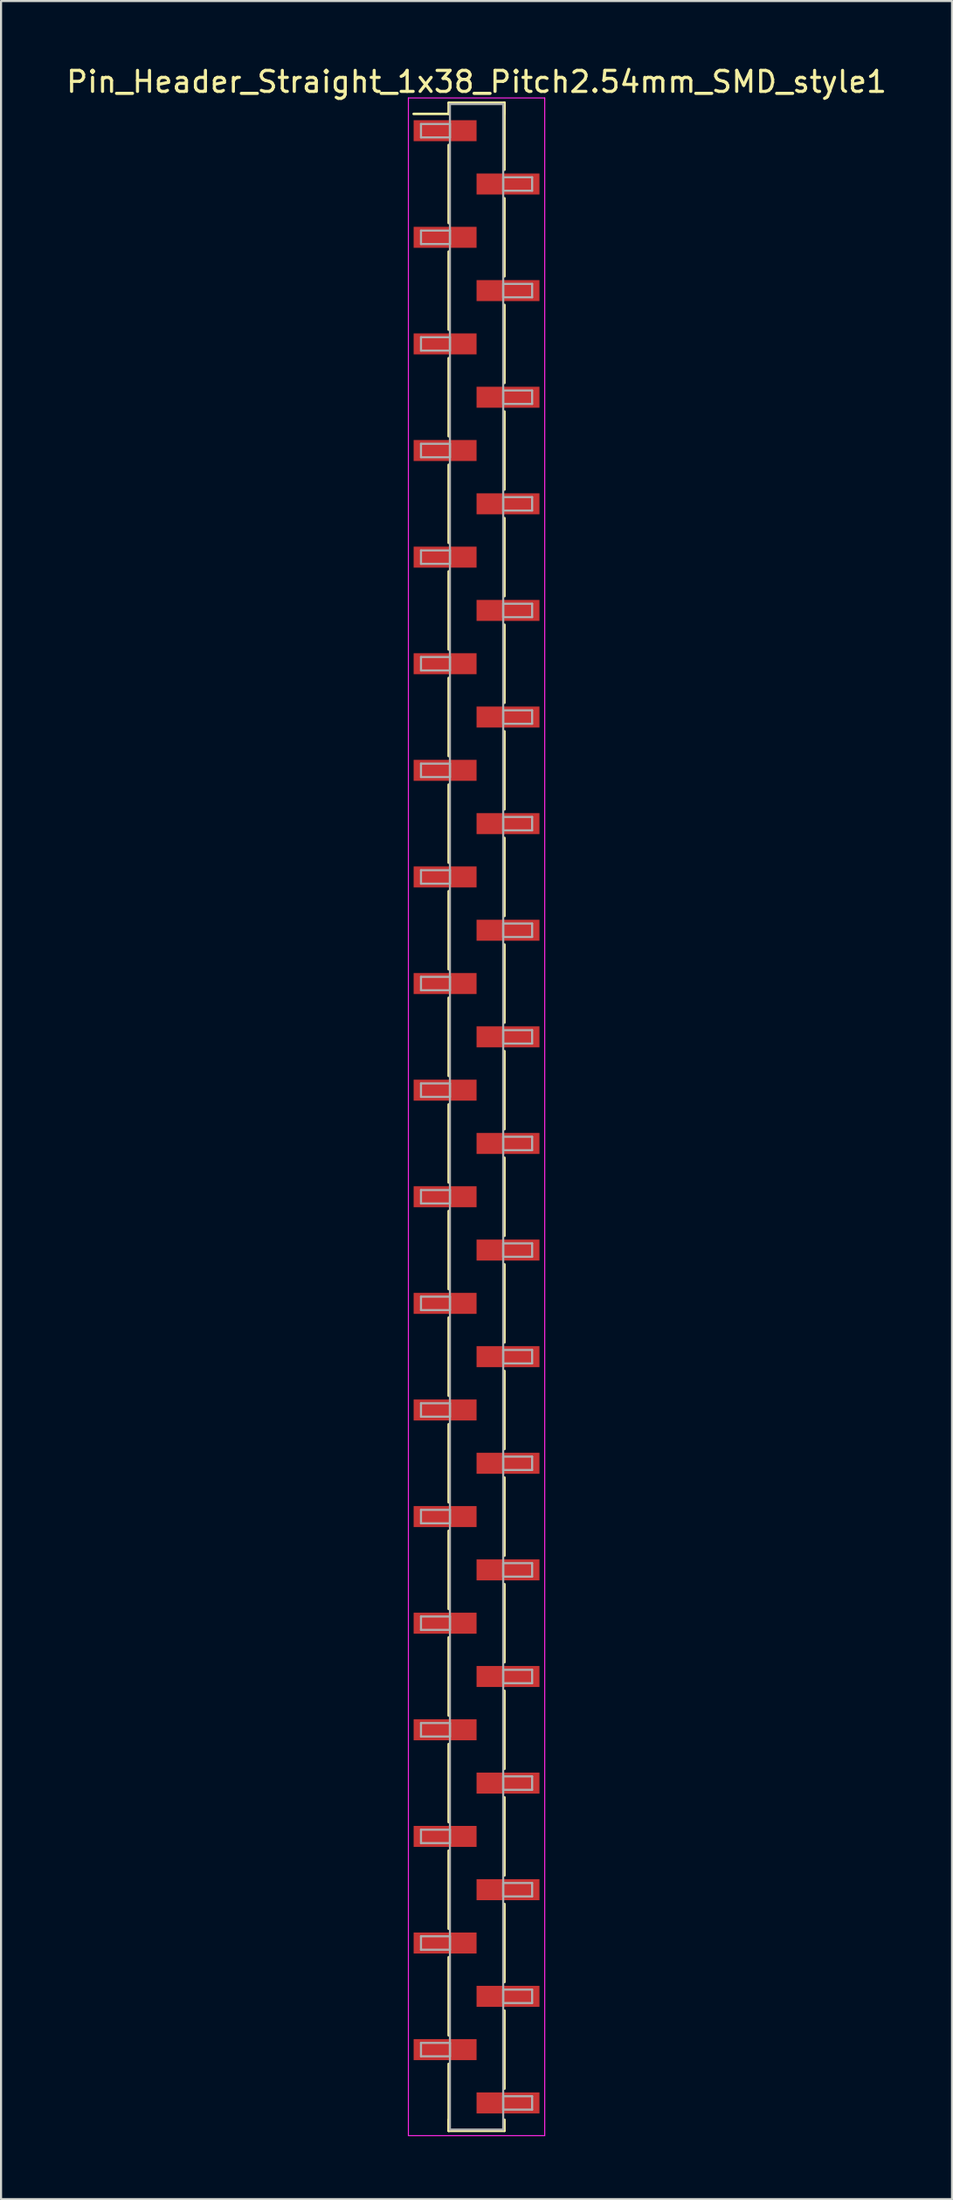
<source format=kicad_pcb>
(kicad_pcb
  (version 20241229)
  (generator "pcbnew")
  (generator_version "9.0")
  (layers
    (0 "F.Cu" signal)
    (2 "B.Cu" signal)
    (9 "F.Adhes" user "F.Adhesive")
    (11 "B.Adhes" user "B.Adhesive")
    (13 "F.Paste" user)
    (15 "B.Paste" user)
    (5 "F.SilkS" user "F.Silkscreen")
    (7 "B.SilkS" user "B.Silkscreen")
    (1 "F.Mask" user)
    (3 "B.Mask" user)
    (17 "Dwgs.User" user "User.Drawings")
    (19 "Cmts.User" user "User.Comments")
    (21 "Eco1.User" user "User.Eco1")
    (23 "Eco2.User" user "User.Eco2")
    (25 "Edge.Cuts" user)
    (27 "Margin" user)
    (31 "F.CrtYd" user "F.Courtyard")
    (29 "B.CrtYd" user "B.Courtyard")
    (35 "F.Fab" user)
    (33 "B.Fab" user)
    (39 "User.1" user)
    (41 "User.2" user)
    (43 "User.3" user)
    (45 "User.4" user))
  (footprint "Pin_Header_Straight_1x38_Pitch2.54mm_SMD_style1"
    (layer "F.Cu")
    (at 19.673 50.168)
    (property "Reference" "Pin_Header_Straight_1x38_Pitch2.54mm_SMD_style1" (at 0 -49.32 0) (layer "F.SilkS") (effects (font (size 1 1) (thickness 0.15))))
    (attr smd)
    (fp_line (start -1.33 -48.32) (end 1.33 -48.32) (stroke (width 0.12) (type solid)) (layer "F.SilkS"))
    (fp_line (start -1.33 -47.79) (end -3 -47.79) (stroke (width 0.12) (type solid)) (layer "F.SilkS"))
    (fp_line (start -1.33 -47.79) (end -1.33 -48.32) (stroke (width 0.12) (type solid)) (layer "F.SilkS"))
    (fp_line (start -1.33 -46.31) (end -1.33 -42.59) (stroke (width 0.12) (type solid)) (layer "F.SilkS"))
    (fp_line (start -1.33 -41.23) (end -1.33 -37.51) (stroke (width 0.12) (type solid)) (layer "F.SilkS"))
    (fp_line (start -1.33 -36.15) (end -1.33 -32.43) (stroke (width 0.12) (type solid)) (layer "F.SilkS"))
    (fp_line (start -1.33 -31.07) (end -1.33 -27.35) (stroke (width 0.12) (type solid)) (layer "F.SilkS"))
    (fp_line (start -1.33 -25.99) (end -1.33 -22.27) (stroke (width 0.12) (type solid)) (layer "F.SilkS"))
    (fp_line (start -1.33 -20.91) (end -1.33 -17.19) (stroke (width 0.12) (type solid)) (layer "F.SilkS"))
    (fp_line (start -1.33 -15.83) (end -1.33 -12.11) (stroke (width 0.12) (type solid)) (layer "F.SilkS"))
    (fp_line (start -1.33 -10.75) (end -1.33 -7.03) (stroke (width 0.12) (type solid)) (layer "F.SilkS"))
    (fp_line (start -1.33 -5.67) (end -1.33 -1.95) (stroke (width 0.12) (type solid)) (layer "F.SilkS"))
    (fp_line (start -1.33 -0.59) (end -1.33 3.13) (stroke (width 0.12) (type solid)) (layer "F.SilkS"))
    (fp_line (start -1.33 4.49) (end -1.33 8.21) (stroke (width 0.12) (type solid)) (layer "F.SilkS"))
    (fp_line (start -1.33 9.57) (end -1.33 13.29) (stroke (width 0.12) (type solid)) (layer "F.SilkS"))
    (fp_line (start -1.33 14.65) (end -1.33 18.37) (stroke (width 0.12) (type solid)) (layer "F.SilkS"))
    (fp_line (start -1.33 19.73) (end -1.33 23.45) (stroke (width 0.12) (type solid)) (layer "F.SilkS"))
    (fp_line (start -1.33 24.81) (end -1.33 28.53) (stroke (width 0.12) (type solid)) (layer "F.SilkS"))
    (fp_line (start -1.33 29.89) (end -1.33 33.61) (stroke (width 0.12) (type solid)) (layer "F.SilkS"))
    (fp_line (start -1.33 34.97) (end -1.33 38.69) (stroke (width 0.12) (type solid)) (layer "F.SilkS"))
    (fp_line (start -1.33 40.05) (end -1.33 43.77) (stroke (width 0.12) (type solid)) (layer "F.SilkS"))
    (fp_line (start -1.33 45.13) (end -1.33 48.32) (stroke (width 0.12) (type solid)) (layer "F.SilkS"))
    (fp_line (start -1.33 47.79) (end -1.33 48.32) (stroke (width 0.12) (type solid)) (layer "F.SilkS"))
    (fp_line (start -1.33 48.32) (end 1.33 48.32) (stroke (width 0.12) (type solid)) (layer "F.SilkS"))
    (fp_line (start 1.33 -48.32) (end 1.33 -47.79) (stroke (width 0.12) (type solid)) (layer "F.SilkS"))
    (fp_line (start 1.33 -48.32) (end 1.33 -45.13) (stroke (width 0.12) (type solid)) (layer "F.SilkS"))
    (fp_line (start 1.33 -43.77) (end 1.33 -40.05) (stroke (width 0.12) (type solid)) (layer "F.SilkS"))
    (fp_line (start 1.33 -38.69) (end 1.33 -34.97) (stroke (width 0.12) (type solid)) (layer "F.SilkS"))
    (fp_line (start 1.33 -33.61) (end 1.33 -29.89) (stroke (width 0.12) (type solid)) (layer "F.SilkS"))
    (fp_line (start 1.33 -28.53) (end 1.33 -24.81) (stroke (width 0.12) (type solid)) (layer "F.SilkS"))
    (fp_line (start 1.33 -23.45) (end 1.33 -19.73) (stroke (width 0.12) (type solid)) (layer "F.SilkS"))
    (fp_line (start 1.33 -18.37) (end 1.33 -14.65) (stroke (width 0.12) (type solid)) (layer "F.SilkS"))
    (fp_line (start 1.33 -13.29) (end 1.33 -9.57) (stroke (width 0.12) (type solid)) (layer "F.SilkS"))
    (fp_line (start 1.33 -8.21) (end 1.33 -4.49) (stroke (width 0.12) (type solid)) (layer "F.SilkS"))
    (fp_line (start 1.33 -3.13) (end 1.33 0.59) (stroke (width 0.12) (type solid)) (layer "F.SilkS"))
    (fp_line (start 1.33 1.95) (end 1.33 5.67) (stroke (width 0.12) (type solid)) (layer "F.SilkS"))
    (fp_line (start 1.33 7.03) (end 1.33 10.75) (stroke (width 0.12) (type solid)) (layer "F.SilkS"))
    (fp_line (start 1.33 12.11) (end 1.33 15.83) (stroke (width 0.12) (type solid)) (layer "F.SilkS"))
    (fp_line (start 1.33 17.19) (end 1.33 20.91) (stroke (width 0.12) (type solid)) (layer "F.SilkS"))
    (fp_line (start 1.33 22.27) (end 1.33 25.99) (stroke (width 0.12) (type solid)) (layer "F.SilkS"))
    (fp_line (start 1.33 27.35) (end 1.33 31.07) (stroke (width 0.12) (type solid)) (layer "F.SilkS"))
    (fp_line (start 1.33 32.43) (end 1.33 36.15) (stroke (width 0.12) (type solid)) (layer "F.SilkS"))
    (fp_line (start 1.33 37.51) (end 1.33 41.23) (stroke (width 0.12) (type solid)) (layer "F.SilkS"))
    (fp_line (start 1.33 42.59) (end 1.33 46.31) (stroke (width 0.12) (type solid)) (layer "F.SilkS"))
    (fp_line (start 1.33 48.32) (end 1.33 47.79) (stroke (width 0.12) (type solid)) (layer "F.SilkS"))
    (fp_line (start -3.25 -48.55) (end -3.25 48.55) (stroke (width 0.05) (type solid)) (layer "F.CrtYd"))
    (fp_line (start -3.25 48.55) (end 3.25 48.55) (stroke (width 0.05) (type solid)) (layer "F.CrtYd"))
    (fp_line (start 3.25 -48.55) (end -3.25 -48.55) (stroke (width 0.05) (type solid)) (layer "F.CrtYd"))
    (fp_line (start 3.25 48.55) (end 3.25 -48.55) (stroke (width 0.05) (type solid)) (layer "F.CrtYd"))
    (fp_line (start -2.65 -47.31) (end -1.27 -47.31) (stroke (width 0.1) (type solid)) (layer "F.Fab"))
    (fp_line (start -2.65 -46.67) (end -2.65 -47.31) (stroke (width 0.1) (type solid)) (layer "F.Fab"))
    (fp_line (start -2.65 -42.23) (end -1.27 -42.23) (stroke (width 0.1) (type solid)) (layer "F.Fab"))
    (fp_line (start -2.65 -41.59) (end -2.65 -42.23) (stroke (width 0.1) (type solid)) (layer "F.Fab"))
    (fp_line (start -2.65 -37.15) (end -1.27 -37.15) (stroke (width 0.1) (type solid)) (layer "F.Fab"))
    (fp_line (start -2.65 -36.51) (end -2.65 -37.15) (stroke (width 0.1) (type solid)) (layer "F.Fab"))
    (fp_line (start -2.65 -32.07) (end -1.27 -32.07) (stroke (width 0.1) (type solid)) (layer "F.Fab"))
    (fp_line (start -2.65 -31.43) (end -2.65 -32.07) (stroke (width 0.1) (type solid)) (layer "F.Fab"))
    (fp_line (start -2.65 -26.99) (end -1.27 -26.99) (stroke (width 0.1) (type solid)) (layer "F.Fab"))
    (fp_line (start -2.65 -26.35) (end -2.65 -26.99) (stroke (width 0.1) (type solid)) (layer "F.Fab"))
    (fp_line (start -2.65 -21.91) (end -1.27 -21.91) (stroke (width 0.1) (type solid)) (layer "F.Fab"))
    (fp_line (start -2.65 -21.27) (end -2.65 -21.91) (stroke (width 0.1) (type solid)) (layer "F.Fab"))
    (fp_line (start -2.65 -16.83) (end -1.27 -16.83) (stroke (width 0.1) (type solid)) (layer "F.Fab"))
    (fp_line (start -2.65 -16.19) (end -2.65 -16.83) (stroke (width 0.1) (type solid)) (layer "F.Fab"))
    (fp_line (start -2.65 -11.75) (end -1.27 -11.75) (stroke (width 0.1) (type solid)) (layer "F.Fab"))
    (fp_line (start -2.65 -11.11) (end -2.65 -11.75) (stroke (width 0.1) (type solid)) (layer "F.Fab"))
    (fp_line (start -2.65 -6.67) (end -1.27 -6.67) (stroke (width 0.1) (type solid)) (layer "F.Fab"))
    (fp_line (start -2.65 -6.03) (end -2.65 -6.67) (stroke (width 0.1) (type solid)) (layer "F.Fab"))
    (fp_line (start -2.65 -1.59) (end -1.27 -1.59) (stroke (width 0.1) (type solid)) (layer "F.Fab"))
    (fp_line (start -2.65 -0.95) (end -2.65 -1.59) (stroke (width 0.1) (type solid)) (layer "F.Fab"))
    (fp_line (start -2.65 3.49) (end -1.27 3.49) (stroke (width 0.1) (type solid)) (layer "F.Fab"))
    (fp_line (start -2.65 4.13) (end -2.65 3.49) (stroke (width 0.1) (type solid)) (layer "F.Fab"))
    (fp_line (start -2.65 8.57) (end -1.27 8.57) (stroke (width 0.1) (type solid)) (layer "F.Fab"))
    (fp_line (start -2.65 9.21) (end -2.65 8.57) (stroke (width 0.1) (type solid)) (layer "F.Fab"))
    (fp_line (start -2.65 13.65) (end -1.27 13.65) (stroke (width 0.1) (type solid)) (layer "F.Fab"))
    (fp_line (start -2.65 14.29) (end -2.65 13.65) (stroke (width 0.1) (type solid)) (layer "F.Fab"))
    (fp_line (start -2.65 18.73) (end -1.27 18.73) (stroke (width 0.1) (type solid)) (layer "F.Fab"))
    (fp_line (start -2.65 19.37) (end -2.65 18.73) (stroke (width 0.1) (type solid)) (layer "F.Fab"))
    (fp_line (start -2.65 23.81) (end -1.27 23.81) (stroke (width 0.1) (type solid)) (layer "F.Fab"))
    (fp_line (start -2.65 24.45) (end -2.65 23.81) (stroke (width 0.1) (type solid)) (layer "F.Fab"))
    (fp_line (start -2.65 28.89) (end -1.27 28.89) (stroke (width 0.1) (type solid)) (layer "F.Fab"))
    (fp_line (start -2.65 29.53) (end -2.65 28.89) (stroke (width 0.1) (type solid)) (layer "F.Fab"))
    (fp_line (start -2.65 33.97) (end -1.27 33.97) (stroke (width 0.1) (type solid)) (layer "F.Fab"))
    (fp_line (start -2.65 34.61) (end -2.65 33.97) (stroke (width 0.1) (type solid)) (layer "F.Fab"))
    (fp_line (start -2.65 39.05) (end -1.27 39.05) (stroke (width 0.1) (type solid)) (layer "F.Fab"))
    (fp_line (start -2.65 39.69) (end -2.65 39.05) (stroke (width 0.1) (type solid)) (layer "F.Fab"))
    (fp_line (start -2.65 44.13) (end -1.27 44.13) (stroke (width 0.1) (type solid)) (layer "F.Fab"))
    (fp_line (start -2.65 44.77) (end -2.65 44.13) (stroke (width 0.1) (type solid)) (layer "F.Fab"))
    (fp_line (start -1.27 -48.26) (end -1.27 48.26) (stroke (width 0.1) (type solid)) (layer "F.Fab"))
    (fp_line (start -1.27 -47.31) (end -1.27 -46.67) (stroke (width 0.1) (type solid)) (layer "F.Fab"))
    (fp_line (start -1.27 -46.67) (end -2.65 -46.67) (stroke (width 0.1) (type solid)) (layer "F.Fab"))
    (fp_line (start -1.27 -42.23) (end -1.27 -41.59) (stroke (width 0.1) (type solid)) (layer "F.Fab"))
    (fp_line (start -1.27 -41.59) (end -2.65 -41.59) (stroke (width 0.1) (type solid)) (layer "F.Fab"))
    (fp_line (start -1.27 -37.15) (end -1.27 -36.51) (stroke (width 0.1) (type solid)) (layer "F.Fab"))
    (fp_line (start -1.27 -36.51) (end -2.65 -36.51) (stroke (width 0.1) (type solid)) (layer "F.Fab"))
    (fp_line (start -1.27 -32.07) (end -1.27 -31.43) (stroke (width 0.1) (type solid)) (layer "F.Fab"))
    (fp_line (start -1.27 -31.43) (end -2.65 -31.43) (stroke (width 0.1) (type solid)) (layer "F.Fab"))
    (fp_line (start -1.27 -26.99) (end -1.27 -26.35) (stroke (width 0.1) (type solid)) (layer "F.Fab"))
    (fp_line (start -1.27 -26.35) (end -2.65 -26.35) (stroke (width 0.1) (type solid)) (layer "F.Fab"))
    (fp_line (start -1.27 -21.91) (end -1.27 -21.27) (stroke (width 0.1) (type solid)) (layer "F.Fab"))
    (fp_line (start -1.27 -21.27) (end -2.65 -21.27) (stroke (width 0.1) (type solid)) (layer "F.Fab"))
    (fp_line (start -1.27 -16.83) (end -1.27 -16.19) (stroke (width 0.1) (type solid)) (layer "F.Fab"))
    (fp_line (start -1.27 -16.19) (end -2.65 -16.19) (stroke (width 0.1) (type solid)) (layer "F.Fab"))
    (fp_line (start -1.27 -11.75) (end -1.27 -11.11) (stroke (width 0.1) (type solid)) (layer "F.Fab"))
    (fp_line (start -1.27 -11.11) (end -2.65 -11.11) (stroke (width 0.1) (type solid)) (layer "F.Fab"))
    (fp_line (start -1.27 -6.67) (end -1.27 -6.03) (stroke (width 0.1) (type solid)) (layer "F.Fab"))
    (fp_line (start -1.27 -6.03) (end -2.65 -6.03) (stroke (width 0.1) (type solid)) (layer "F.Fab"))
    (fp_line (start -1.27 -1.59) (end -1.27 -0.95) (stroke (width 0.1) (type solid)) (layer "F.Fab"))
    (fp_line (start -1.27 -0.95) (end -2.65 -0.95) (stroke (width 0.1) (type solid)) (layer "F.Fab"))
    (fp_line (start -1.27 3.49) (end -1.27 4.13) (stroke (width 0.1) (type solid)) (layer "F.Fab"))
    (fp_line (start -1.27 4.13) (end -2.65 4.13) (stroke (width 0.1) (type solid)) (layer "F.Fab"))
    (fp_line (start -1.27 8.57) (end -1.27 9.21) (stroke (width 0.1) (type solid)) (layer "F.Fab"))
    (fp_line (start -1.27 9.21) (end -2.65 9.21) (stroke (width 0.1) (type solid)) (layer "F.Fab"))
    (fp_line (start -1.27 13.65) (end -1.27 14.29) (stroke (width 0.1) (type solid)) (layer "F.Fab"))
    (fp_line (start -1.27 14.29) (end -2.65 14.29) (stroke (width 0.1) (type solid)) (layer "F.Fab"))
    (fp_line (start -1.27 18.73) (end -1.27 19.37) (stroke (width 0.1) (type solid)) (layer "F.Fab"))
    (fp_line (start -1.27 19.37) (end -2.65 19.37) (stroke (width 0.1) (type solid)) (layer "F.Fab"))
    (fp_line (start -1.27 23.81) (end -1.27 24.45) (stroke (width 0.1) (type solid)) (layer "F.Fab"))
    (fp_line (start -1.27 24.45) (end -2.65 24.45) (stroke (width 0.1) (type solid)) (layer "F.Fab"))
    (fp_line (start -1.27 28.89) (end -1.27 29.53) (stroke (width 0.1) (type solid)) (layer "F.Fab"))
    (fp_line (start -1.27 29.53) (end -2.65 29.53) (stroke (width 0.1) (type solid)) (layer "F.Fab"))
    (fp_line (start -1.27 33.97) (end -1.27 34.61) (stroke (width 0.1) (type solid)) (layer "F.Fab"))
    (fp_line (start -1.27 34.61) (end -2.65 34.61) (stroke (width 0.1) (type solid)) (layer "F.Fab"))
    (fp_line (start -1.27 39.05) (end -1.27 39.69) (stroke (width 0.1) (type solid)) (layer "F.Fab"))
    (fp_line (start -1.27 39.69) (end -2.65 39.69) (stroke (width 0.1) (type solid)) (layer "F.Fab"))
    (fp_line (start -1.27 44.13) (end -1.27 44.77) (stroke (width 0.1) (type solid)) (layer "F.Fab"))
    (fp_line (start -1.27 44.77) (end -2.65 44.77) (stroke (width 0.1) (type solid)) (layer "F.Fab"))
    (fp_line (start -1.27 48.26) (end 1.27 48.26) (stroke (width 0.1) (type solid)) (layer "F.Fab"))
    (fp_line (start 1.27 -48.26) (end -1.27 -48.26) (stroke (width 0.1) (type solid)) (layer "F.Fab"))
    (fp_line (start 1.27 -44.77) (end 1.27 -44.13) (stroke (width 0.1) (type solid)) (layer "F.Fab"))
    (fp_line (start 1.27 -44.13) (end 2.65 -44.13) (stroke (width 0.1) (type solid)) (layer "F.Fab"))
    (fp_line (start 1.27 -39.69) (end 1.27 -39.05) (stroke (width 0.1) (type solid)) (layer "F.Fab"))
    (fp_line (start 1.27 -39.05) (end 2.65 -39.05) (stroke (width 0.1) (type solid)) (layer "F.Fab"))
    (fp_line (start 1.27 -34.61) (end 1.27 -33.97) (stroke (width 0.1) (type solid)) (layer "F.Fab"))
    (fp_line (start 1.27 -33.97) (end 2.65 -33.97) (stroke (width 0.1) (type solid)) (layer "F.Fab"))
    (fp_line (start 1.27 -29.53) (end 1.27 -28.89) (stroke (width 0.1) (type solid)) (layer "F.Fab"))
    (fp_line (start 1.27 -28.89) (end 2.65 -28.89) (stroke (width 0.1) (type solid)) (layer "F.Fab"))
    (fp_line (start 1.27 -24.45) (end 1.27 -23.81) (stroke (width 0.1) (type solid)) (layer "F.Fab"))
    (fp_line (start 1.27 -23.81) (end 2.65 -23.81) (stroke (width 0.1) (type solid)) (layer "F.Fab"))
    (fp_line (start 1.27 -19.37) (end 1.27 -18.73) (stroke (width 0.1) (type solid)) (layer "F.Fab"))
    (fp_line (start 1.27 -18.73) (end 2.65 -18.73) (stroke (width 0.1) (type solid)) (layer "F.Fab"))
    (fp_line (start 1.27 -14.29) (end 1.27 -13.65) (stroke (width 0.1) (type solid)) (layer "F.Fab"))
    (fp_line (start 1.27 -13.65) (end 2.65 -13.65) (stroke (width 0.1) (type solid)) (layer "F.Fab"))
    (fp_line (start 1.27 -9.21) (end 1.27 -8.57) (stroke (width 0.1) (type solid)) (layer "F.Fab"))
    (fp_line (start 1.27 -8.57) (end 2.65 -8.57) (stroke (width 0.1) (type solid)) (layer "F.Fab"))
    (fp_line (start 1.27 -4.13) (end 1.27 -3.49) (stroke (width 0.1) (type solid)) (layer "F.Fab"))
    (fp_line (start 1.27 -3.49) (end 2.65 -3.49) (stroke (width 0.1) (type solid)) (layer "F.Fab"))
    (fp_line (start 1.27 0.95) (end 1.27 1.59) (stroke (width 0.1) (type solid)) (layer "F.Fab"))
    (fp_line (start 1.27 1.59) (end 2.65 1.59) (stroke (width 0.1) (type solid)) (layer "F.Fab"))
    (fp_line (start 1.27 6.03) (end 1.27 6.67) (stroke (width 0.1) (type solid)) (layer "F.Fab"))
    (fp_line (start 1.27 6.67) (end 2.65 6.67) (stroke (width 0.1) (type solid)) (layer "F.Fab"))
    (fp_line (start 1.27 11.11) (end 1.27 11.75) (stroke (width 0.1) (type solid)) (layer "F.Fab"))
    (fp_line (start 1.27 11.75) (end 2.65 11.75) (stroke (width 0.1) (type solid)) (layer "F.Fab"))
    (fp_line (start 1.27 16.19) (end 1.27 16.83) (stroke (width 0.1) (type solid)) (layer "F.Fab"))
    (fp_line (start 1.27 16.83) (end 2.65 16.83) (stroke (width 0.1) (type solid)) (layer "F.Fab"))
    (fp_line (start 1.27 21.27) (end 1.27 21.91) (stroke (width 0.1) (type solid)) (layer "F.Fab"))
    (fp_line (start 1.27 21.91) (end 2.65 21.91) (stroke (width 0.1) (type solid)) (layer "F.Fab"))
    (fp_line (start 1.27 26.35) (end 1.27 26.99) (stroke (width 0.1) (type solid)) (layer "F.Fab"))
    (fp_line (start 1.27 26.99) (end 2.65 26.99) (stroke (width 0.1) (type solid)) (layer "F.Fab"))
    (fp_line (start 1.27 31.43) (end 1.27 32.07) (stroke (width 0.1) (type solid)) (layer "F.Fab"))
    (fp_line (start 1.27 32.07) (end 2.65 32.07) (stroke (width 0.1) (type solid)) (layer "F.Fab"))
    (fp_line (start 1.27 36.51) (end 1.27 37.15) (stroke (width 0.1) (type solid)) (layer "F.Fab"))
    (fp_line (start 1.27 37.15) (end 2.65 37.15) (stroke (width 0.1) (type solid)) (layer "F.Fab"))
    (fp_line (start 1.27 41.59) (end 1.27 42.23) (stroke (width 0.1) (type solid)) (layer "F.Fab"))
    (fp_line (start 1.27 42.23) (end 2.65 42.23) (stroke (width 0.1) (type solid)) (layer "F.Fab"))
    (fp_line (start 1.27 46.67) (end 1.27 47.31) (stroke (width 0.1) (type solid)) (layer "F.Fab"))
    (fp_line (start 1.27 47.31) (end 2.65 47.31) (stroke (width 0.1) (type solid)) (layer "F.Fab"))
    (fp_line (start 1.27 48.26) (end 1.27 -48.26) (stroke (width 0.1) (type solid)) (layer "F.Fab"))
    (fp_line (start 2.65 -44.77) (end 1.27 -44.77) (stroke (width 0.1) (type solid)) (layer "F.Fab"))
    (fp_line (start 2.65 -44.13) (end 2.65 -44.77) (stroke (width 0.1) (type solid)) (layer "F.Fab"))
    (fp_line (start 2.65 -39.69) (end 1.27 -39.69) (stroke (width 0.1) (type solid)) (layer "F.Fab"))
    (fp_line (start 2.65 -39.05) (end 2.65 -39.69) (stroke (width 0.1) (type solid)) (layer "F.Fab"))
    (fp_line (start 2.65 -34.61) (end 1.27 -34.61) (stroke (width 0.1) (type solid)) (layer "F.Fab"))
    (fp_line (start 2.65 -33.97) (end 2.65 -34.61) (stroke (width 0.1) (type solid)) (layer "F.Fab"))
    (fp_line (start 2.65 -29.53) (end 1.27 -29.53) (stroke (width 0.1) (type solid)) (layer "F.Fab"))
    (fp_line (start 2.65 -28.89) (end 2.65 -29.53) (stroke (width 0.1) (type solid)) (layer "F.Fab"))
    (fp_line (start 2.65 -24.45) (end 1.27 -24.45) (stroke (width 0.1) (type solid)) (layer "F.Fab"))
    (fp_line (start 2.65 -23.81) (end 2.65 -24.45) (stroke (width 0.1) (type solid)) (layer "F.Fab"))
    (fp_line (start 2.65 -19.37) (end 1.27 -19.37) (stroke (width 0.1) (type solid)) (layer "F.Fab"))
    (fp_line (start 2.65 -18.73) (end 2.65 -19.37) (stroke (width 0.1) (type solid)) (layer "F.Fab"))
    (fp_line (start 2.65 -14.29) (end 1.27 -14.29) (stroke (width 0.1) (type solid)) (layer "F.Fab"))
    (fp_line (start 2.65 -13.65) (end 2.65 -14.29) (stroke (width 0.1) (type solid)) (layer "F.Fab"))
    (fp_line (start 2.65 -9.21) (end 1.27 -9.21) (stroke (width 0.1) (type solid)) (layer "F.Fab"))
    (fp_line (start 2.65 -8.57) (end 2.65 -9.21) (stroke (width 0.1) (type solid)) (layer "F.Fab"))
    (fp_line (start 2.65 -4.13) (end 1.27 -4.13) (stroke (width 0.1) (type solid)) (layer "F.Fab"))
    (fp_line (start 2.65 -3.49) (end 2.65 -4.13) (stroke (width 0.1) (type solid)) (layer "F.Fab"))
    (fp_line (start 2.65 0.95) (end 1.27 0.95) (stroke (width 0.1) (type solid)) (layer "F.Fab"))
    (fp_line (start 2.65 1.59) (end 2.65 0.95) (stroke (width 0.1) (type solid)) (layer "F.Fab"))
    (fp_line (start 2.65 6.03) (end 1.27 6.03) (stroke (width 0.1) (type solid)) (layer "F.Fab"))
    (fp_line (start 2.65 6.67) (end 2.65 6.03) (stroke (width 0.1) (type solid)) (layer "F.Fab"))
    (fp_line (start 2.65 11.11) (end 1.27 11.11) (stroke (width 0.1) (type solid)) (layer "F.Fab"))
    (fp_line (start 2.65 11.75) (end 2.65 11.11) (stroke (width 0.1) (type solid)) (layer "F.Fab"))
    (fp_line (start 2.65 16.19) (end 1.27 16.19) (stroke (width 0.1) (type solid)) (layer "F.Fab"))
    (fp_line (start 2.65 16.83) (end 2.65 16.19) (stroke (width 0.1) (type solid)) (layer "F.Fab"))
    (fp_line (start 2.65 21.27) (end 1.27 21.27) (stroke (width 0.1) (type solid)) (layer "F.Fab"))
    (fp_line (start 2.65 21.91) (end 2.65 21.27) (stroke (width 0.1) (type solid)) (layer "F.Fab"))
    (fp_line (start 2.65 26.35) (end 1.27 26.35) (stroke (width 0.1) (type solid)) (layer "F.Fab"))
    (fp_line (start 2.65 26.99) (end 2.65 26.35) (stroke (width 0.1) (type solid)) (layer "F.Fab"))
    (fp_line (start 2.65 31.43) (end 1.27 31.43) (stroke (width 0.1) (type solid)) (layer "F.Fab"))
    (fp_line (start 2.65 32.07) (end 2.65 31.43) (stroke (width 0.1) (type solid)) (layer "F.Fab"))
    (fp_line (start 2.65 36.51) (end 1.27 36.51) (stroke (width 0.1) (type solid)) (layer "F.Fab"))
    (fp_line (start 2.65 37.15) (end 2.65 36.51) (stroke (width 0.1) (type solid)) (layer "F.Fab"))
    (fp_line (start 2.65 41.59) (end 1.27 41.59) (stroke (width 0.1) (type solid)) (layer "F.Fab"))
    (fp_line (start 2.65 42.23) (end 2.65 41.59) (stroke (width 0.1) (type solid)) (layer "F.Fab"))
    (fp_line (start 2.65 46.67) (end 1.27 46.67) (stroke (width 0.1) (type solid)) (layer "F.Fab"))
    (fp_line (start 2.65 47.31) (end 2.65 46.67) (stroke (width 0.1) (type solid)) (layer "F.Fab"))
    (pad "1" smd rect (at -1.5 -46.99) (size 3 1) (layers "F.Cu" "F.Mask"))
    (pad "2" smd rect (at 1.5 -44.45) (size 3 1) (layers "F.Cu" "F.Mask"))
    (pad "3" smd rect (at -1.5 -41.91) (size 3 1) (layers "F.Cu" "F.Mask"))
    (pad "4" smd rect (at 1.5 -39.37) (size 3 1) (layers "F.Cu" "F.Mask"))
    (pad "5" smd rect (at -1.5 -36.83) (size 3 1) (layers "F.Cu" "F.Mask"))
    (pad "6" smd rect (at 1.5 -34.29) (size 3 1) (layers "F.Cu" "F.Mask"))
    (pad "7" smd rect (at -1.5 -31.75) (size 3 1) (layers "F.Cu" "F.Mask"))
    (pad "8" smd rect (at 1.5 -29.21) (size 3 1) (layers "F.Cu" "F.Mask"))
    (pad "9" smd rect (at -1.5 -26.67) (size 3 1) (layers "F.Cu" "F.Mask"))
    (pad "10" smd rect (at 1.5 -24.13) (size 3 1) (layers "F.Cu" "F.Mask"))
    (pad "11" smd rect (at -1.5 -21.59) (size 3 1) (layers "F.Cu" "F.Mask"))
    (pad "12" smd rect (at 1.5 -19.05) (size 3 1) (layers "F.Cu" "F.Mask"))
    (pad "13" smd rect (at -1.5 -16.51) (size 3 1) (layers "F.Cu" "F.Mask"))
    (pad "14" smd rect (at 1.5 -13.97) (size 3 1) (layers "F.Cu" "F.Mask"))
    (pad "15" smd rect (at -1.5 -11.43) (size 3 1) (layers "F.Cu" "F.Mask"))
    (pad "16" smd rect (at 1.5 -8.89) (size 3 1) (layers "F.Cu" "F.Mask"))
    (pad "17" smd rect (at -1.5 -6.35) (size 3 1) (layers "F.Cu" "F.Mask"))
    (pad "18" smd rect (at 1.5 -3.81) (size 3 1) (layers "F.Cu" "F.Mask"))
    (pad "19" smd rect (at -1.5 -1.27) (size 3 1) (layers "F.Cu" "F.Mask"))
    (pad "20" smd rect (at 1.5 1.27) (size 3 1) (layers "F.Cu" "F.Mask"))
    (pad "21" smd rect (at -1.5 3.81) (size 3 1) (layers "F.Cu" "F.Mask"))
    (pad "22" smd rect (at 1.5 6.35) (size 3 1) (layers "F.Cu" "F.Mask"))
    (pad "23" smd rect (at -1.5 8.89) (size 3 1) (layers "F.Cu" "F.Mask"))
    (pad "24" smd rect (at 1.5 11.43) (size 3 1) (layers "F.Cu" "F.Mask"))
    (pad "25" smd rect (at -1.5 13.97) (size 3 1) (layers "F.Cu" "F.Mask"))
    (pad "26" smd rect (at 1.5 16.51) (size 3 1) (layers "F.Cu" "F.Mask"))
    (pad "27" smd rect (at -1.5 19.05) (size 3 1) (layers "F.Cu" "F.Mask"))
    (pad "28" smd rect (at 1.5 21.59) (size 3 1) (layers "F.Cu" "F.Mask"))
    (pad "29" smd rect (at -1.5 24.13) (size 3 1) (layers "F.Cu" "F.Mask"))
    (pad "30" smd rect (at 1.5 26.67) (size 3 1) (layers "F.Cu" "F.Mask"))
    (pad "31" smd rect (at -1.5 29.21) (size 3 1) (layers "F.Cu" "F.Mask"))
    (pad "32" smd rect (at 1.5 31.75) (size 3 1) (layers "F.Cu" "F.Mask"))
    (pad "33" smd rect (at -1.5 34.29) (size 3 1) (layers "F.Cu" "F.Mask"))
    (pad "34" smd rect (at 1.5 36.83) (size 3 1) (layers "F.Cu" "F.Mask"))
    (pad "35" smd rect (at -1.5 39.37) (size 3 1) (layers "F.Cu" "F.Mask"))
    (pad "36" smd rect (at 1.5 41.91) (size 3 1) (layers "F.Cu" "F.Mask"))
    (pad "37" smd rect (at -1.5 44.45) (size 3 1) (layers "F.Cu" "F.Mask"))
    (pad "38" smd rect (at 1.5 46.99) (size 3 1) (layers "F.Cu" "F.Mask")))
  (gr_rect
    (start -3 -3)
    (end 42.345 101.743)
    (stroke (width 0.1) (type default))
    (fill no)
    (layer "Edge.Cuts")))
</source>
